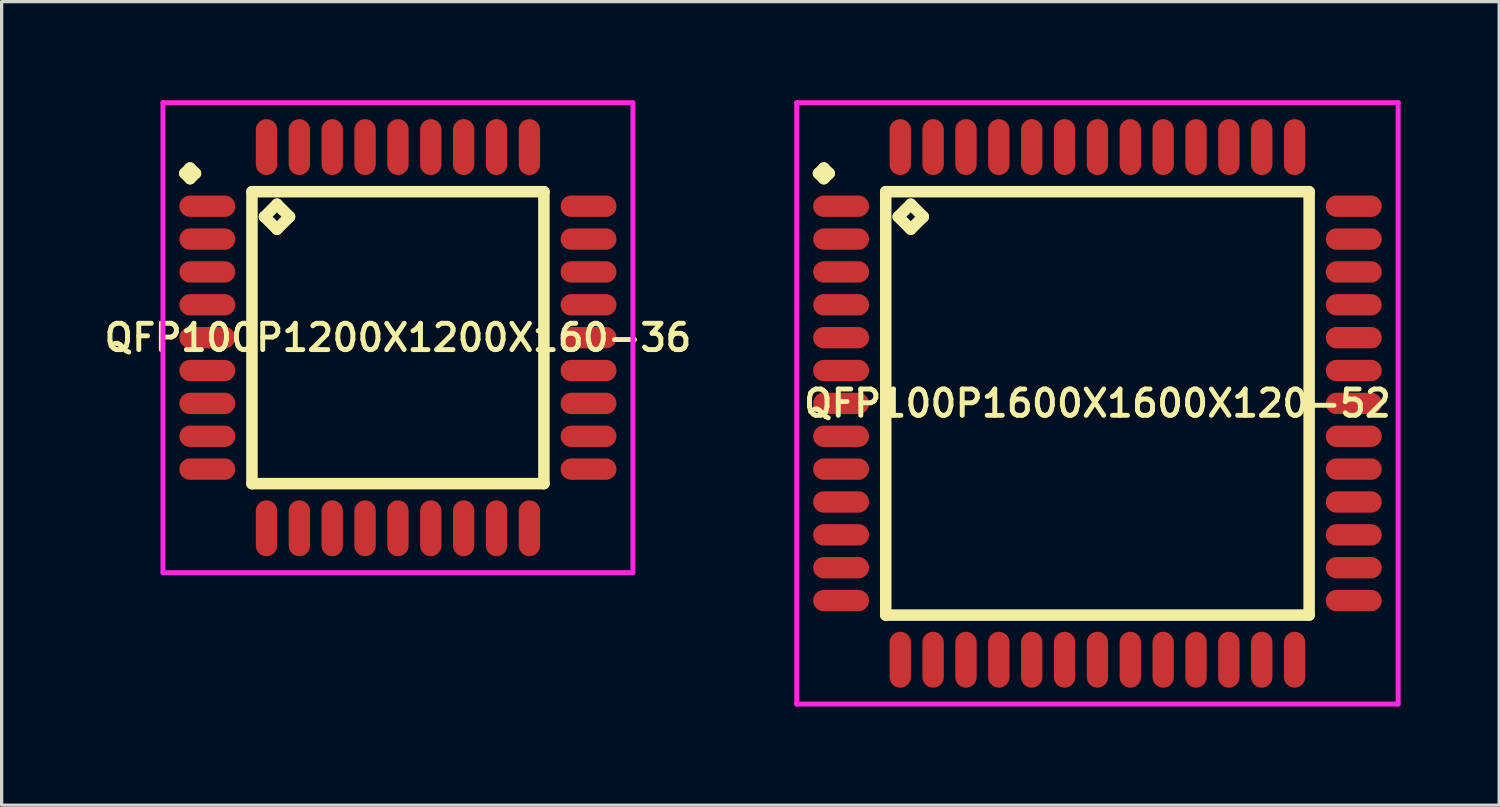
<source format=kicad_pcb>
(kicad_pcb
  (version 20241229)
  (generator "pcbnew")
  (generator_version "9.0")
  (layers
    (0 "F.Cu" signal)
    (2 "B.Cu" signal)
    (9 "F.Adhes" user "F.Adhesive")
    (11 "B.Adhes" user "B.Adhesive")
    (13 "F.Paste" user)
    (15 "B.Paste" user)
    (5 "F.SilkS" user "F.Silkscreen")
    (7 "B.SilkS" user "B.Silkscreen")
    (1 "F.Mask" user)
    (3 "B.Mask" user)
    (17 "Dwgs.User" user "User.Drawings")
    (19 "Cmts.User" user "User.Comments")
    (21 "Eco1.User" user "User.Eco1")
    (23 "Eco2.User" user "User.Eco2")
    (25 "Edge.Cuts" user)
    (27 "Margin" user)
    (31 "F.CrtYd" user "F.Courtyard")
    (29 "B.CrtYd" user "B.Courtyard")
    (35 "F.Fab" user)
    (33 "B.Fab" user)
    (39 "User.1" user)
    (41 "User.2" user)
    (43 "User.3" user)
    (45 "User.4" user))
  (footprint "QFP100P1200X1200X160-36"
    (layer "F.Cu")
    (at 9.059 7.225)
    (property "Reference" "QFP100P1200X1200X160-36" (at 0 0 0) (layer "F.SilkS") (effects (font (size 0.8 0.8) (thickness 0.15))))
    (attr through_hole)
    (fp_line (start -6.487 -5) (end -6.325 -5.162) (stroke (width 0.35) (type solid)) (layer "F.SilkS"))
    (fp_line (start -6.325 -5.162) (end -6.162 -5) (stroke (width 0.35) (type solid)) (layer "F.SilkS"))
    (fp_line (start -6.325 -4.838) (end -6.487 -5) (stroke (width 0.35) (type solid)) (layer "F.SilkS"))
    (fp_line (start -6.162 -5) (end -6.325 -4.838) (stroke (width 0.35) (type solid)) (layer "F.SilkS"))
    (fp_line (start -4.442 -4.442) (end -4.442 4.442) (stroke (width 0.35) (type solid)) (layer "F.SilkS"))
    (fp_line (start -4.442 4.442) (end 4.442 4.442) (stroke (width 0.35) (type solid)) (layer "F.SilkS"))
    (fp_line (start -4.061 -3.68) (end -3.68 -4.061) (stroke (width 0.35) (type solid)) (layer "F.SilkS"))
    (fp_line (start -3.68 -4.061) (end -3.299 -3.68) (stroke (width 0.35) (type solid)) (layer "F.SilkS"))
    (fp_line (start -3.68 -3.299) (end -4.061 -3.68) (stroke (width 0.35) (type solid)) (layer "F.SilkS"))
    (fp_line (start -3.299 -3.68) (end -3.68 -3.299) (stroke (width 0.35) (type solid)) (layer "F.SilkS"))
    (fp_line (start 4.442 -4.442) (end -4.442 -4.442) (stroke (width 0.35) (type solid)) (layer "F.SilkS"))
    (fp_line (start 4.442 4.442) (end 4.442 -4.442) (stroke (width 0.35) (type solid)) (layer "F.SilkS"))
    (fp_line (start -7.15 -7.15) (end 7.15 -7.15) (stroke (width 0.15) (type solid)) (layer "F.CrtYd"))
    (fp_line (start -7.15 7.15) (end -7.15 -7.15) (stroke (width 0.15) (type solid)) (layer "F.CrtYd"))
    (fp_line (start 7.15 -7.15) (end 7.15 7.15) (stroke (width 0.15) (type solid)) (layer "F.CrtYd"))
    (fp_line (start 7.15 7.15) (end -7.15 7.15) (stroke (width 0.15) (type solid)) (layer "F.CrtYd"))
    (pad "1" smd oval (at -5.8 -4) (size 1.7 0.65) (layers "F.Cu" "F.Mask" "F.Paste"))
    (pad "2" smd oval (at -5.8 -3) (size 1.7 0.65) (layers "F.Cu" "F.Mask" "F.Paste"))
    (pad "3" smd oval (at -5.8 -2) (size 1.7 0.65) (layers "F.Cu" "F.Mask" "F.Paste"))
    (pad "4" smd oval (at -5.8 -1) (size 1.7 0.65) (layers "F.Cu" "F.Mask" "F.Paste"))
    (pad "5" smd oval (at -5.8 0) (size 1.7 0.65) (layers "F.Cu" "F.Mask" "F.Paste"))
    (pad "6" smd oval (at -5.8 1) (size 1.7 0.65) (layers "F.Cu" "F.Mask" "F.Paste"))
    (pad "7" smd oval (at -5.8 2) (size 1.7 0.65) (layers "F.Cu" "F.Mask" "F.Paste"))
    (pad "8" smd oval (at -5.8 3) (size 1.7 0.65) (layers "F.Cu" "F.Mask" "F.Paste"))
    (pad "9" smd oval (at -5.8 4) (size 1.7 0.65) (layers "F.Cu" "F.Mask" "F.Paste"))
    (pad "10" smd oval (at -4 5.8) (size 0.65 1.7) (layers "F.Cu" "F.Mask" "F.Paste"))
    (pad "11" smd oval (at -3 5.8) (size 0.65 1.7) (layers "F.Cu" "F.Mask" "F.Paste"))
    (pad "12" smd oval (at -2 5.8) (size 0.65 1.7) (layers "F.Cu" "F.Mask" "F.Paste"))
    (pad "13" smd oval (at -1 5.8) (size 0.65 1.7) (layers "F.Cu" "F.Mask" "F.Paste"))
    (pad "14" smd oval (at 0 5.8) (size 0.65 1.7) (layers "F.Cu" "F.Mask" "F.Paste"))
    (pad "15" smd oval (at 1 5.8) (size 0.65 1.7) (layers "F.Cu" "F.Mask" "F.Paste"))
    (pad "16" smd oval (at 2 5.8) (size 0.65 1.7) (layers "F.Cu" "F.Mask" "F.Paste"))
    (pad "17" smd oval (at 3 5.8) (size 0.65 1.7) (layers "F.Cu" "F.Mask" "F.Paste"))
    (pad "18" smd oval (at 4 5.8) (size 0.65 1.7) (layers "F.Cu" "F.Mask" "F.Paste"))
    (pad "19" smd oval (at 5.8 4) (size 1.7 0.65) (layers "F.Cu" "F.Mask" "F.Paste"))
    (pad "20" smd oval (at 5.8 3) (size 1.7 0.65) (layers "F.Cu" "F.Mask" "F.Paste"))
    (pad "21" smd oval (at 5.8 2) (size 1.7 0.65) (layers "F.Cu" "F.Mask" "F.Paste"))
    (pad "22" smd oval (at 5.8 1) (size 1.7 0.65) (layers "F.Cu" "F.Mask" "F.Paste"))
    (pad "23" smd oval (at 5.8 0) (size 1.7 0.65) (layers "F.Cu" "F.Mask" "F.Paste"))
    (pad "24" smd oval (at 5.8 -1) (size 1.7 0.65) (layers "F.Cu" "F.Mask" "F.Paste"))
    (pad "25" smd oval (at 5.8 -2) (size 1.7 0.65) (layers "F.Cu" "F.Mask" "F.Paste"))
    (pad "26" smd oval (at 5.8 -3) (size 1.7 0.65) (layers "F.Cu" "F.Mask" "F.Paste"))
    (pad "27" smd oval (at 5.8 -4) (size 1.7 0.65) (layers "F.Cu" "F.Mask" "F.Paste"))
    (pad "28" smd oval (at 4 -5.8) (size 0.65 1.7) (layers "F.Cu" "F.Mask" "F.Paste"))
    (pad "29" smd oval (at 3 -5.8) (size 0.65 1.7) (layers "F.Cu" "F.Mask" "F.Paste"))
    (pad "30" smd oval (at 2 -5.8) (size 0.65 1.7) (layers "F.Cu" "F.Mask" "F.Paste"))
    (pad "31" smd oval (at 1 -5.8) (size 0.65 1.7) (layers "F.Cu" "F.Mask" "F.Paste"))
    (pad "32" smd oval (at 0 -5.8) (size 0.65 1.7) (layers "F.Cu" "F.Mask" "F.Paste"))
    (pad "33" smd oval (at -1 -5.8) (size 0.65 1.7) (layers "F.Cu" "F.Mask" "F.Paste"))
    (pad "34" smd oval (at -2 -5.8) (size 0.65 1.7) (layers "F.Cu" "F.Mask" "F.Paste"))
    (pad "35" smd oval (at -3 -5.8) (size 0.65 1.7) (layers "F.Cu" "F.Mask" "F.Paste"))
    (pad "36" smd oval (at -4 -5.8) (size 0.65 1.7) (layers "F.Cu" "F.Mask" "F.Paste")))
  (footprint "QFP100P1600X1600X120-52"
    (layer "F.Cu")
    (at 30.344 9.225)
    (property "Reference" "QFP100P1600X1600X120-52" (at 0 0 0) (layer "F.SilkS") (effects (font (size 0.8 0.8) (thickness 0.15))))
    (attr smd)
    (fp_line (start -8.488 -7) (end -8.325 -7.162) (stroke (width 0.35) (type solid)) (layer "F.SilkS"))
    (fp_line (start -8.325 -7.162) (end -8.162 -7) (stroke (width 0.35) (type solid)) (layer "F.SilkS"))
    (fp_line (start -8.325 -6.838) (end -8.488 -7) (stroke (width 0.35) (type solid)) (layer "F.SilkS"))
    (fp_line (start -8.162 -7) (end -8.325 -6.838) (stroke (width 0.35) (type solid)) (layer "F.SilkS"))
    (fp_line (start -6.442 -6.442) (end -6.442 6.442) (stroke (width 0.35) (type solid)) (layer "F.SilkS"))
    (fp_line (start -6.442 6.442) (end 6.442 6.442) (stroke (width 0.35) (type solid)) (layer "F.SilkS"))
    (fp_line (start -6.061 -5.68) (end -5.68 -6.061) (stroke (width 0.35) (type solid)) (layer "F.SilkS"))
    (fp_line (start -5.68 -6.061) (end -5.299 -5.68) (stroke (width 0.35) (type solid)) (layer "F.SilkS"))
    (fp_line (start -5.68 -5.299) (end -6.061 -5.68) (stroke (width 0.35) (type solid)) (layer "F.SilkS"))
    (fp_line (start -5.299 -5.68) (end -5.68 -5.299) (stroke (width 0.35) (type solid)) (layer "F.SilkS"))
    (fp_line (start 6.442 -6.442) (end -6.442 -6.442) (stroke (width 0.35) (type solid)) (layer "F.SilkS"))
    (fp_line (start 6.442 6.442) (end 6.442 -6.442) (stroke (width 0.35) (type solid)) (layer "F.SilkS"))
    (fp_line (start -9.15 -9.15) (end 9.15 -9.15) (stroke (width 0.15) (type solid)) (layer "F.CrtYd"))
    (fp_line (start -9.15 9.15) (end -9.15 -9.15) (stroke (width 0.15) (type solid)) (layer "F.CrtYd"))
    (fp_line (start 9.15 -9.15) (end 9.15 9.15) (stroke (width 0.15) (type solid)) (layer "F.CrtYd"))
    (fp_line (start 9.15 9.15) (end -9.15 9.15) (stroke (width 0.15) (type solid)) (layer "F.CrtYd"))
    (pad "1" smd oval (at -7.8 -6) (size 1.7 0.65) (layers "F.Cu" "F.Mask" "F.Paste"))
    (pad "2" smd oval (at -7.8 -5) (size 1.7 0.65) (layers "F.Cu" "F.Mask" "F.Paste"))
    (pad "3" smd oval (at -7.8 -4) (size 1.7 0.65) (layers "F.Cu" "F.Mask" "F.Paste"))
    (pad "4" smd oval (at -7.8 -3) (size 1.7 0.65) (layers "F.Cu" "F.Mask" "F.Paste"))
    (pad "5" smd oval (at -7.8 -2) (size 1.7 0.65) (layers "F.Cu" "F.Mask" "F.Paste"))
    (pad "6" smd oval (at -7.8 -1) (size 1.7 0.65) (layers "F.Cu" "F.Mask" "F.Paste"))
    (pad "7" smd oval (at -7.8 0) (size 1.7 0.65) (layers "F.Cu" "F.Mask" "F.Paste"))
    (pad "8" smd oval (at -7.8 1) (size 1.7 0.65) (layers "F.Cu" "F.Mask" "F.Paste"))
    (pad "9" smd oval (at -7.8 2) (size 1.7 0.65) (layers "F.Cu" "F.Mask" "F.Paste"))
    (pad "10" smd oval (at -7.8 3) (size 1.7 0.65) (layers "F.Cu" "F.Mask" "F.Paste"))
    (pad "11" smd oval (at -7.8 4) (size 1.7 0.65) (layers "F.Cu" "F.Mask" "F.Paste"))
    (pad "12" smd oval (at -7.8 5) (size 1.7 0.65) (layers "F.Cu" "F.Mask" "F.Paste"))
    (pad "13" smd oval (at -7.8 6) (size 1.7 0.65) (layers "F.Cu" "F.Mask" "F.Paste"))
    (pad "14" smd oval (at -6 7.8) (size 0.65 1.7) (layers "F.Cu" "F.Mask" "F.Paste"))
    (pad "15" smd oval (at -5 7.8) (size 0.65 1.7) (layers "F.Cu" "F.Mask" "F.Paste"))
    (pad "16" smd oval (at -4 7.8) (size 0.65 1.7) (layers "F.Cu" "F.Mask" "F.Paste"))
    (pad "17" smd oval (at -3 7.8) (size 0.65 1.7) (layers "F.Cu" "F.Mask" "F.Paste"))
    (pad "18" smd oval (at -2 7.8) (size 0.65 1.7) (layers "F.Cu" "F.Mask" "F.Paste"))
    (pad "19" smd oval (at -1 7.8) (size 0.65 1.7) (layers "F.Cu" "F.Mask" "F.Paste"))
    (pad "20" smd oval (at 0 7.8) (size 0.65 1.7) (layers "F.Cu" "F.Mask" "F.Paste"))
    (pad "21" smd oval (at 1 7.8) (size 0.65 1.7) (layers "F.Cu" "F.Mask" "F.Paste"))
    (pad "22" smd oval (at 2 7.8) (size 0.65 1.7) (layers "F.Cu" "F.Mask" "F.Paste"))
    (pad "23" smd oval (at 3 7.8) (size 0.65 1.7) (layers "F.Cu" "F.Mask" "F.Paste"))
    (pad "24" smd oval (at 4 7.8) (size 0.65 1.7) (layers "F.Cu" "F.Mask" "F.Paste"))
    (pad "25" smd oval (at 5 7.8) (size 0.65 1.7) (layers "F.Cu" "F.Mask" "F.Paste"))
    (pad "26" smd oval (at 6 7.8) (size 0.65 1.7) (layers "F.Cu" "F.Mask" "F.Paste"))
    (pad "27" smd oval (at 7.8 6) (size 1.7 0.65) (layers "F.Cu" "F.Mask" "F.Paste"))
    (pad "28" smd oval (at 7.8 5) (size 1.7 0.65) (layers "F.Cu" "F.Mask" "F.Paste"))
    (pad "29" smd oval (at 7.8 4) (size 1.7 0.65) (layers "F.Cu" "F.Mask" "F.Paste"))
    (pad "30" smd oval (at 7.8 3) (size 1.7 0.65) (layers "F.Cu" "F.Mask" "F.Paste"))
    (pad "31" smd oval (at 7.8 2) (size 1.7 0.65) (layers "F.Cu" "F.Mask" "F.Paste"))
    (pad "32" smd oval (at 7.8 1) (size 1.7 0.65) (layers "F.Cu" "F.Mask" "F.Paste"))
    (pad "33" smd oval (at 7.8 0) (size 1.7 0.65) (layers "F.Cu" "F.Mask" "F.Paste"))
    (pad "34" smd oval (at 7.8 -1) (size 1.7 0.65) (layers "F.Cu" "F.Mask" "F.Paste"))
    (pad "35" smd oval (at 7.8 -2) (size 1.7 0.65) (layers "F.Cu" "F.Mask" "F.Paste"))
    (pad "36" smd oval (at 7.8 -3) (size 1.7 0.65) (layers "F.Cu" "F.Mask" "F.Paste"))
    (pad "37" smd oval (at 7.8 -4) (size 1.7 0.65) (layers "F.Cu" "F.Mask" "F.Paste"))
    (pad "38" smd oval (at 7.8 -5) (size 1.7 0.65) (layers "F.Cu" "F.Mask" "F.Paste"))
    (pad "39" smd oval (at 7.8 -6) (size 1.7 0.65) (layers "F.Cu" "F.Mask" "F.Paste"))
    (pad "40" smd oval (at 6 -7.8) (size 0.65 1.7) (layers "F.Cu" "F.Mask" "F.Paste"))
    (pad "41" smd oval (at 5 -7.8) (size 0.65 1.7) (layers "F.Cu" "F.Mask" "F.Paste"))
    (pad "42" smd oval (at 4 -7.8) (size 0.65 1.7) (layers "F.Cu" "F.Mask" "F.Paste"))
    (pad "43" smd oval (at 3 -7.8) (size 0.65 1.7) (layers "F.Cu" "F.Mask" "F.Paste"))
    (pad "44" smd oval (at 2 -7.8) (size 0.65 1.7) (layers "F.Cu" "F.Mask" "F.Paste"))
    (pad "45" smd oval (at 1 -7.8) (size 0.65 1.7) (layers "F.Cu" "F.Mask" "F.Paste"))
    (pad "46" smd oval (at 0 -7.8) (size 0.65 1.7) (layers "F.Cu" "F.Mask" "F.Paste"))
    (pad "47" smd oval (at -1 -7.8) (size 0.65 1.7) (layers "F.Cu" "F.Mask" "F.Paste"))
    (pad "48" smd oval (at -2 -7.8) (size 0.65 1.7) (layers "F.Cu" "F.Mask" "F.Paste"))
    (pad "49" smd oval (at -3 -7.8) (size 0.65 1.7) (layers "F.Cu" "F.Mask" "F.Paste"))
    (pad "50" smd oval (at -4 -7.8) (size 0.65 1.7) (layers "F.Cu" "F.Mask" "F.Paste"))
    (pad "51" smd oval (at -5 -7.8) (size 0.65 1.7) (layers "F.Cu" "F.Mask" "F.Paste"))
    (pad "52" smd oval (at -6 -7.8) (size 0.65 1.7) (layers "F.Cu" "F.Mask" "F.Paste")))
  (gr_rect
    (start -3 -3)
    (end 42.569 21.45)
    (stroke (width 0.1) (type default))
    (fill no)
    (layer "Edge.Cuts")))
</source>
